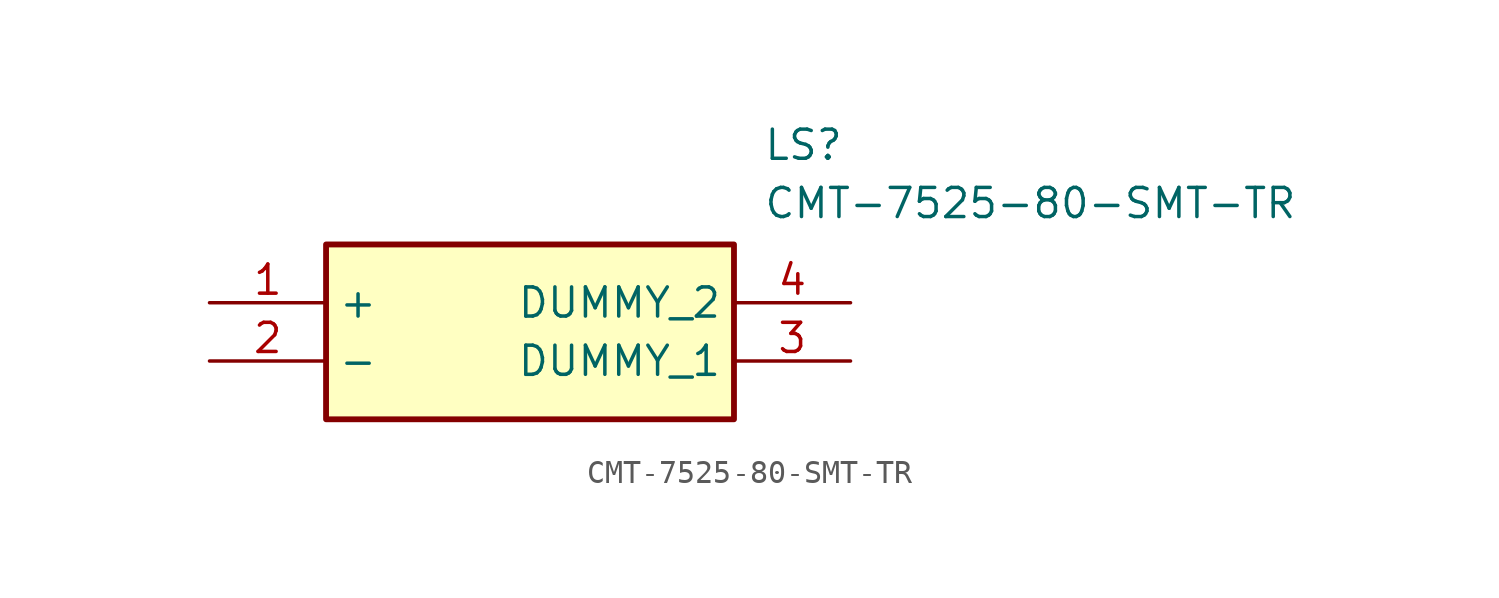
<source format=kicad_sym>
(kicad_symbol_lib
  (version 20211014)
  (generator SamacSys_ECAD_Model)
  (symbol "CMT-7525-80-SMT-TR"
    (property "Reference" "LS"
      (at 24.13 7.62 0)
      (effects (font (size 1.27 1.27)) (justify left top)))
    (property "Value" "CMT-7525-80-SMT-TR"
      (at 24.13 5.08 0)
      (effects (font (size 1.27 1.27)) (justify left top)))
    (rectangle
      (start 5.08 2.54)
      (end 22.86 -5.08)
      (stroke (width 0.254) (type default))
      (fill (type background)))
    (pin passive line
      (at 0 0 0)
      (length 5.08)
      (name "+" (effects (font (size 1.27 1.27))))
      (number "1" (effects (font (size 1.27 1.27)))))
    (pin passive line
      (at 0 -2.54 0)
      (length 5.08)
      (name "-" (effects (font (size 1.27 1.27))))
      (number "2" (effects (font (size 1.27 1.27)))))
    (pin passive line
      (at 27.94 -2.54 180)
      (length 5.08)
      (name "DUMMY_1" (effects (font (size 1.27 1.27))))
      (number "3" (effects (font (size 1.27 1.27)))))
    (pin passive line
      (at 27.94 0 180)
      (length 5.08)
      (name "DUMMY_2" (effects (font (size 1.27 1.27))))
      (number "4" (effects (font (size 1.27 1.27)))))))
</source>
